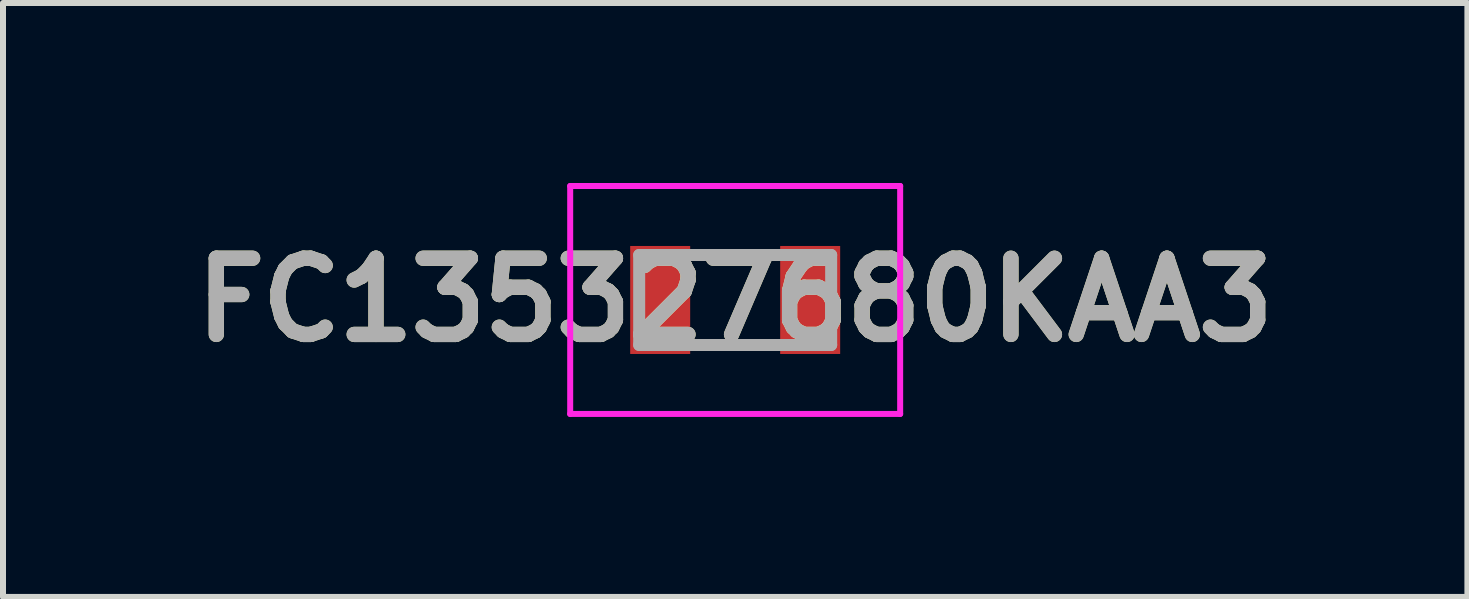
<source format=kicad_pcb>
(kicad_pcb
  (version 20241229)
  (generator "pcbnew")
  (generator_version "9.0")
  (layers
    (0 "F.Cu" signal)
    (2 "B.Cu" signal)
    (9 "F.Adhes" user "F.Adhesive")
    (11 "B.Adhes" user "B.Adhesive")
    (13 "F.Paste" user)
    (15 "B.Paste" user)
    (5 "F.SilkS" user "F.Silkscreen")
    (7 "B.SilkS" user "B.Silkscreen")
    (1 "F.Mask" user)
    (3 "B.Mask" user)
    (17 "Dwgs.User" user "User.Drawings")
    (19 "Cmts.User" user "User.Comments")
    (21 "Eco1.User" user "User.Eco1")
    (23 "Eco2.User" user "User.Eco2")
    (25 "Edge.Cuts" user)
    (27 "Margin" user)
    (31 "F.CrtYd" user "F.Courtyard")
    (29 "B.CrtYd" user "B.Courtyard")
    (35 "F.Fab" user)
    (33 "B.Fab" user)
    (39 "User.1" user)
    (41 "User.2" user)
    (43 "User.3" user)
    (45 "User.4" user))
  (footprint "FC135327680KAA3"
    (layer "F.Cu")
    (at 9.204 1.95)
    (property "Reference" "FC135327680KAA3" (at 0 0 0) (layer "F.SilkS") (effects (font (size 1.27 1.27) (thickness 0.254))))
    (attr smd)
    (fp_line (start -0.4 -0.75) (end 0.4 -0.75) (stroke (width 0.1) (type solid)) (layer "F.SilkS"))
    (fp_line (start -0.4 0.75) (end 0.4 0.75) (stroke (width 0.1) (type solid)) (layer "F.SilkS"))
    (fp_line (start -2.75 -1.9) (end 2.75 -1.9) (stroke (width 0.1) (type solid)) (layer "F.CrtYd"))
    (fp_line (start -2.75 1.9) (end -2.75 -1.9) (stroke (width 0.1) (type solid)) (layer "F.CrtYd"))
    (fp_line (start 2.75 -1.9) (end 2.75 1.9) (stroke (width 0.1) (type solid)) (layer "F.CrtYd"))
    (fp_line (start 2.75 1.9) (end -2.75 1.9) (stroke (width 0.1) (type solid)) (layer "F.CrtYd"))
    (fp_line (start -1.6 -0.75) (end 1.6 -0.75) (stroke (width 0.2) (type solid)) (layer "F.Fab"))
    (fp_line (start -1.6 0.75) (end -1.6 -0.75) (stroke (width 0.2) (type solid)) (layer "F.Fab"))
    (fp_line (start 1.6 -0.75) (end 1.6 0.75) (stroke (width 0.2) (type solid)) (layer "F.Fab"))
    (fp_line (start 1.6 0.75) (end -1.6 0.75) (stroke (width 0.2) (type solid)) (layer "F.Fab"))
    (fp_text user "${REFERENCE}" (at 0 0 0) (layer "F.Fab") (effects (font (size 1.27 1.27) (thickness 0.254))))
    (pad "1" smd rect (at -1.25 0) (size 1 1.8) (layers "F.Cu" "F.Mask" "F.Paste"))
    (pad "2" smd rect (at 1.25 0) (size 1 1.8) (layers "F.Cu" "F.Mask" "F.Paste")))
  (gr_rect
    (start -3 -3)
    (end 21.409 6.9)
    (stroke (width 0.1) (type default))
    (fill no)
    (layer "Edge.Cuts")))
</source>
